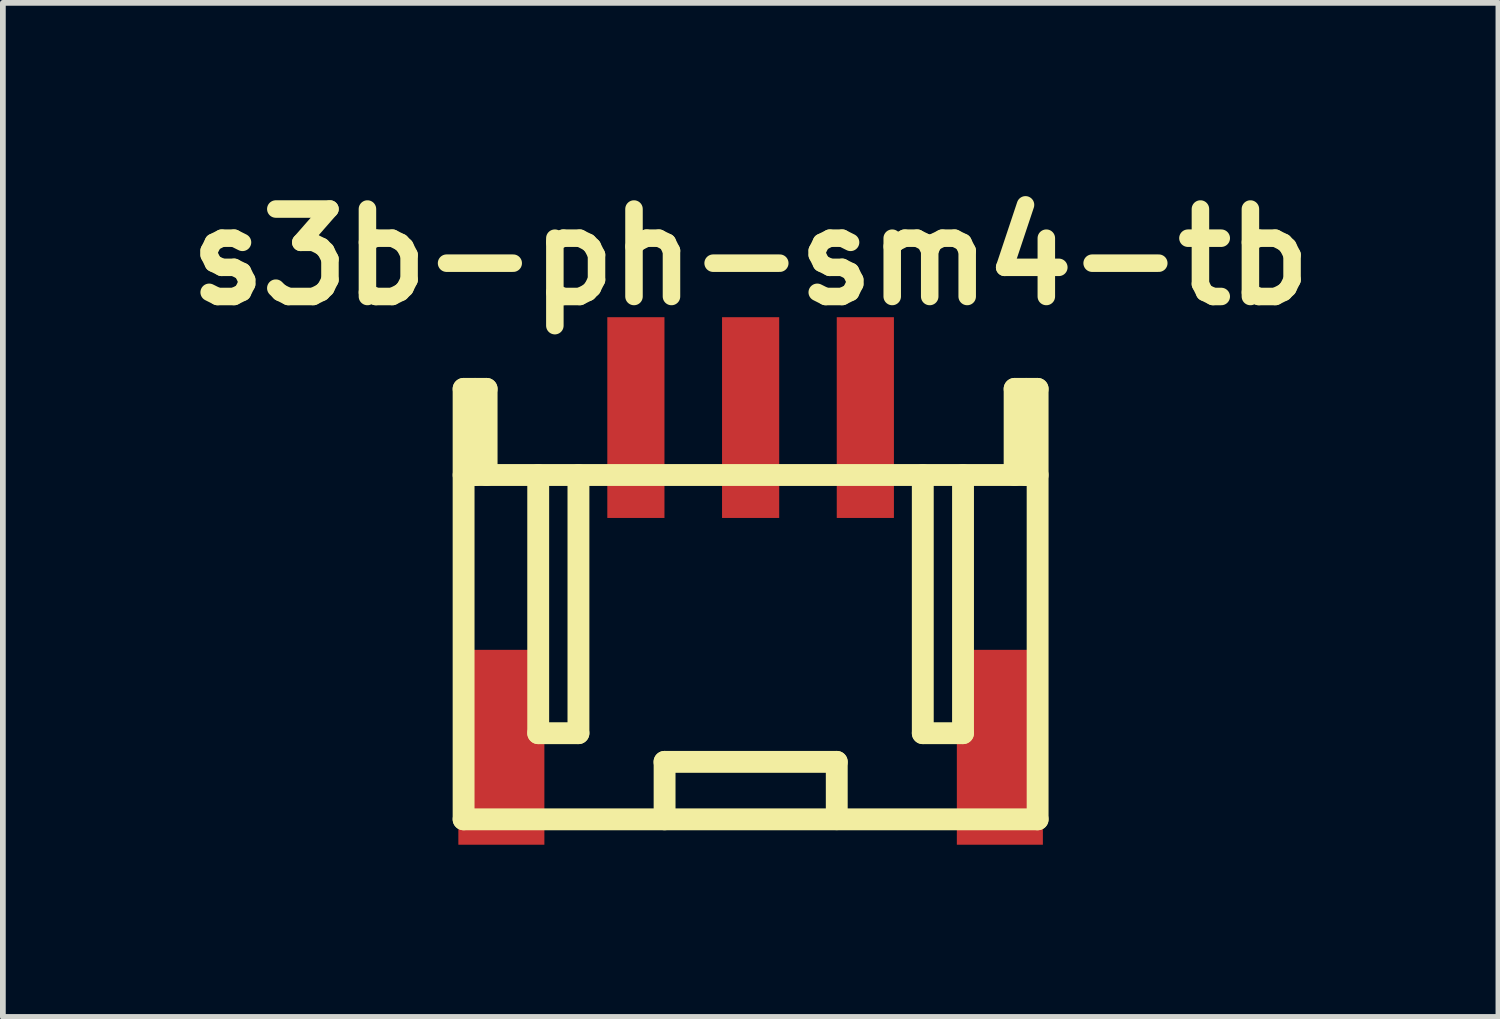
<source format=kicad_pcb>
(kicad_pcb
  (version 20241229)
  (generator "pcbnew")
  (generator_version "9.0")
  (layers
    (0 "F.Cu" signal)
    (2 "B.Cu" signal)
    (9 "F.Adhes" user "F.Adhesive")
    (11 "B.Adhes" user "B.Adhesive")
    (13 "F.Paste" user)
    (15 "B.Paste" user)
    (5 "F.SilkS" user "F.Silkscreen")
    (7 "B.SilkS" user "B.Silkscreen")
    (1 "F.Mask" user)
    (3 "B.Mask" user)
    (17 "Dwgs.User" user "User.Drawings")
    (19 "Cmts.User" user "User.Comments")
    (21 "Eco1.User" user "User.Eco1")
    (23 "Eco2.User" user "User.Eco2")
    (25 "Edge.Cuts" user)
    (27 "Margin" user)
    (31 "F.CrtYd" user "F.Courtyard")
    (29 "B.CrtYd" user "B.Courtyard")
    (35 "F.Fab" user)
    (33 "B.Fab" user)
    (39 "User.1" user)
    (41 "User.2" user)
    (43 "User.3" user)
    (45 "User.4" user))
  (footprint "s3b-ph-sm4-tb"
    (layer "F.Cu")
    (at 10.029 4.226)
    (property "Reference" "s3b-ph-sm4-tb" (at 0 -2.799 0) (layer "F.SilkS") (effects (font (size 1.524 1.524) (thickness 0.305))))
    (attr through_hole)
    (fp_line (start -5.001 1.001) (end 5.001 1.001) (stroke (width 0.381) (type solid)) (layer "F.SilkS"))
    (fp_line (start -5.001 7) (end -5.001 -0.5) (stroke (width 0.381) (type solid)) (layer "F.SilkS"))
    (fp_line (start -5.001 7) (end 5.001 7) (stroke (width 0.381) (type solid)) (layer "F.SilkS"))
    (fp_line (start -4.801 -0.5) (end -4.801 1.001) (stroke (width 0.381) (type solid)) (layer "F.SilkS"))
    (fp_line (start -4.6 -0.5) (end -5.001 -0.5) (stroke (width 0.381) (type solid)) (layer "F.SilkS"))
    (fp_line (start -4.6 1.001) (end -4.6 -0.5) (stroke (width 0.381) (type solid)) (layer "F.SilkS"))
    (fp_line (start -3.701 5.499) (end -3.701 1.001) (stroke (width 0.381) (type solid)) (layer "F.SilkS"))
    (fp_line (start -3 1.001) (end -3 5.499) (stroke (width 0.381) (type solid)) (layer "F.SilkS"))
    (fp_line (start -3 5.499) (end -3.701 5.499) (stroke (width 0.381) (type solid)) (layer "F.SilkS"))
    (fp_line (start -1.499 7) (end -1.499 5.999) (stroke (width 0.381) (type solid)) (layer "F.SilkS"))
    (fp_line (start 1.501 5.999) (end -1.501 5.999) (stroke (width 0.381) (type solid)) (layer "F.SilkS"))
    (fp_line (start 1.501 5.999) (end 1.501 6.998) (stroke (width 0.381) (type solid)) (layer "F.SilkS"))
    (fp_line (start 3 1.001) (end 3 5.499) (stroke (width 0.381) (type solid)) (layer "F.SilkS"))
    (fp_line (start 3 5.499) (end 3.701 5.499) (stroke (width 0.381) (type solid)) (layer "F.SilkS"))
    (fp_line (start 3.701 5.499) (end 3.701 1.001) (stroke (width 0.381) (type solid)) (layer "F.SilkS"))
    (fp_line (start 4.6 -0.5) (end 4.6 1.001) (stroke (width 0.381) (type solid)) (layer "F.SilkS"))
    (fp_line (start 4.801 1.001) (end 4.801 -0.5) (stroke (width 0.381) (type solid)) (layer "F.SilkS"))
    (fp_line (start 5.001 -0.5) (end 4.6 -0.5) (stroke (width 0.381) (type solid)) (layer "F.SilkS"))
    (fp_line (start 5.001 -0.5) (end 5.001 7) (stroke (width 0.381) (type solid)) (layer "F.SilkS"))
    (pad "" smd rect (at -4.343 5.745) (size 1.499 3.396) (layers "F.Cu" "F.Mask" "F.Paste"))
    (pad "" smd rect (at 4.343 5.745) (size 1.499 3.396) (layers "F.Cu" "F.Mask" "F.Paste"))
    (pad "1" smd rect (at -1.999 0) (size 0.996 3.498) (layers "F.Cu" "F.Mask" "F.Paste"))
    (pad "2" smd rect (at 0 0) (size 0.996 3.498) (layers "F.Cu" "F.Mask" "F.Paste"))
    (pad "3" smd rect (at 1.999 0) (size 0.996 3.498) (layers "F.Cu" "F.Mask" "F.Paste")))
  (gr_rect
    (start -3 -3)
    (end 23.059 14.669)
    (stroke (width 0.1) (type default))
    (fill no)
    (layer "Edge.Cuts")))
</source>
